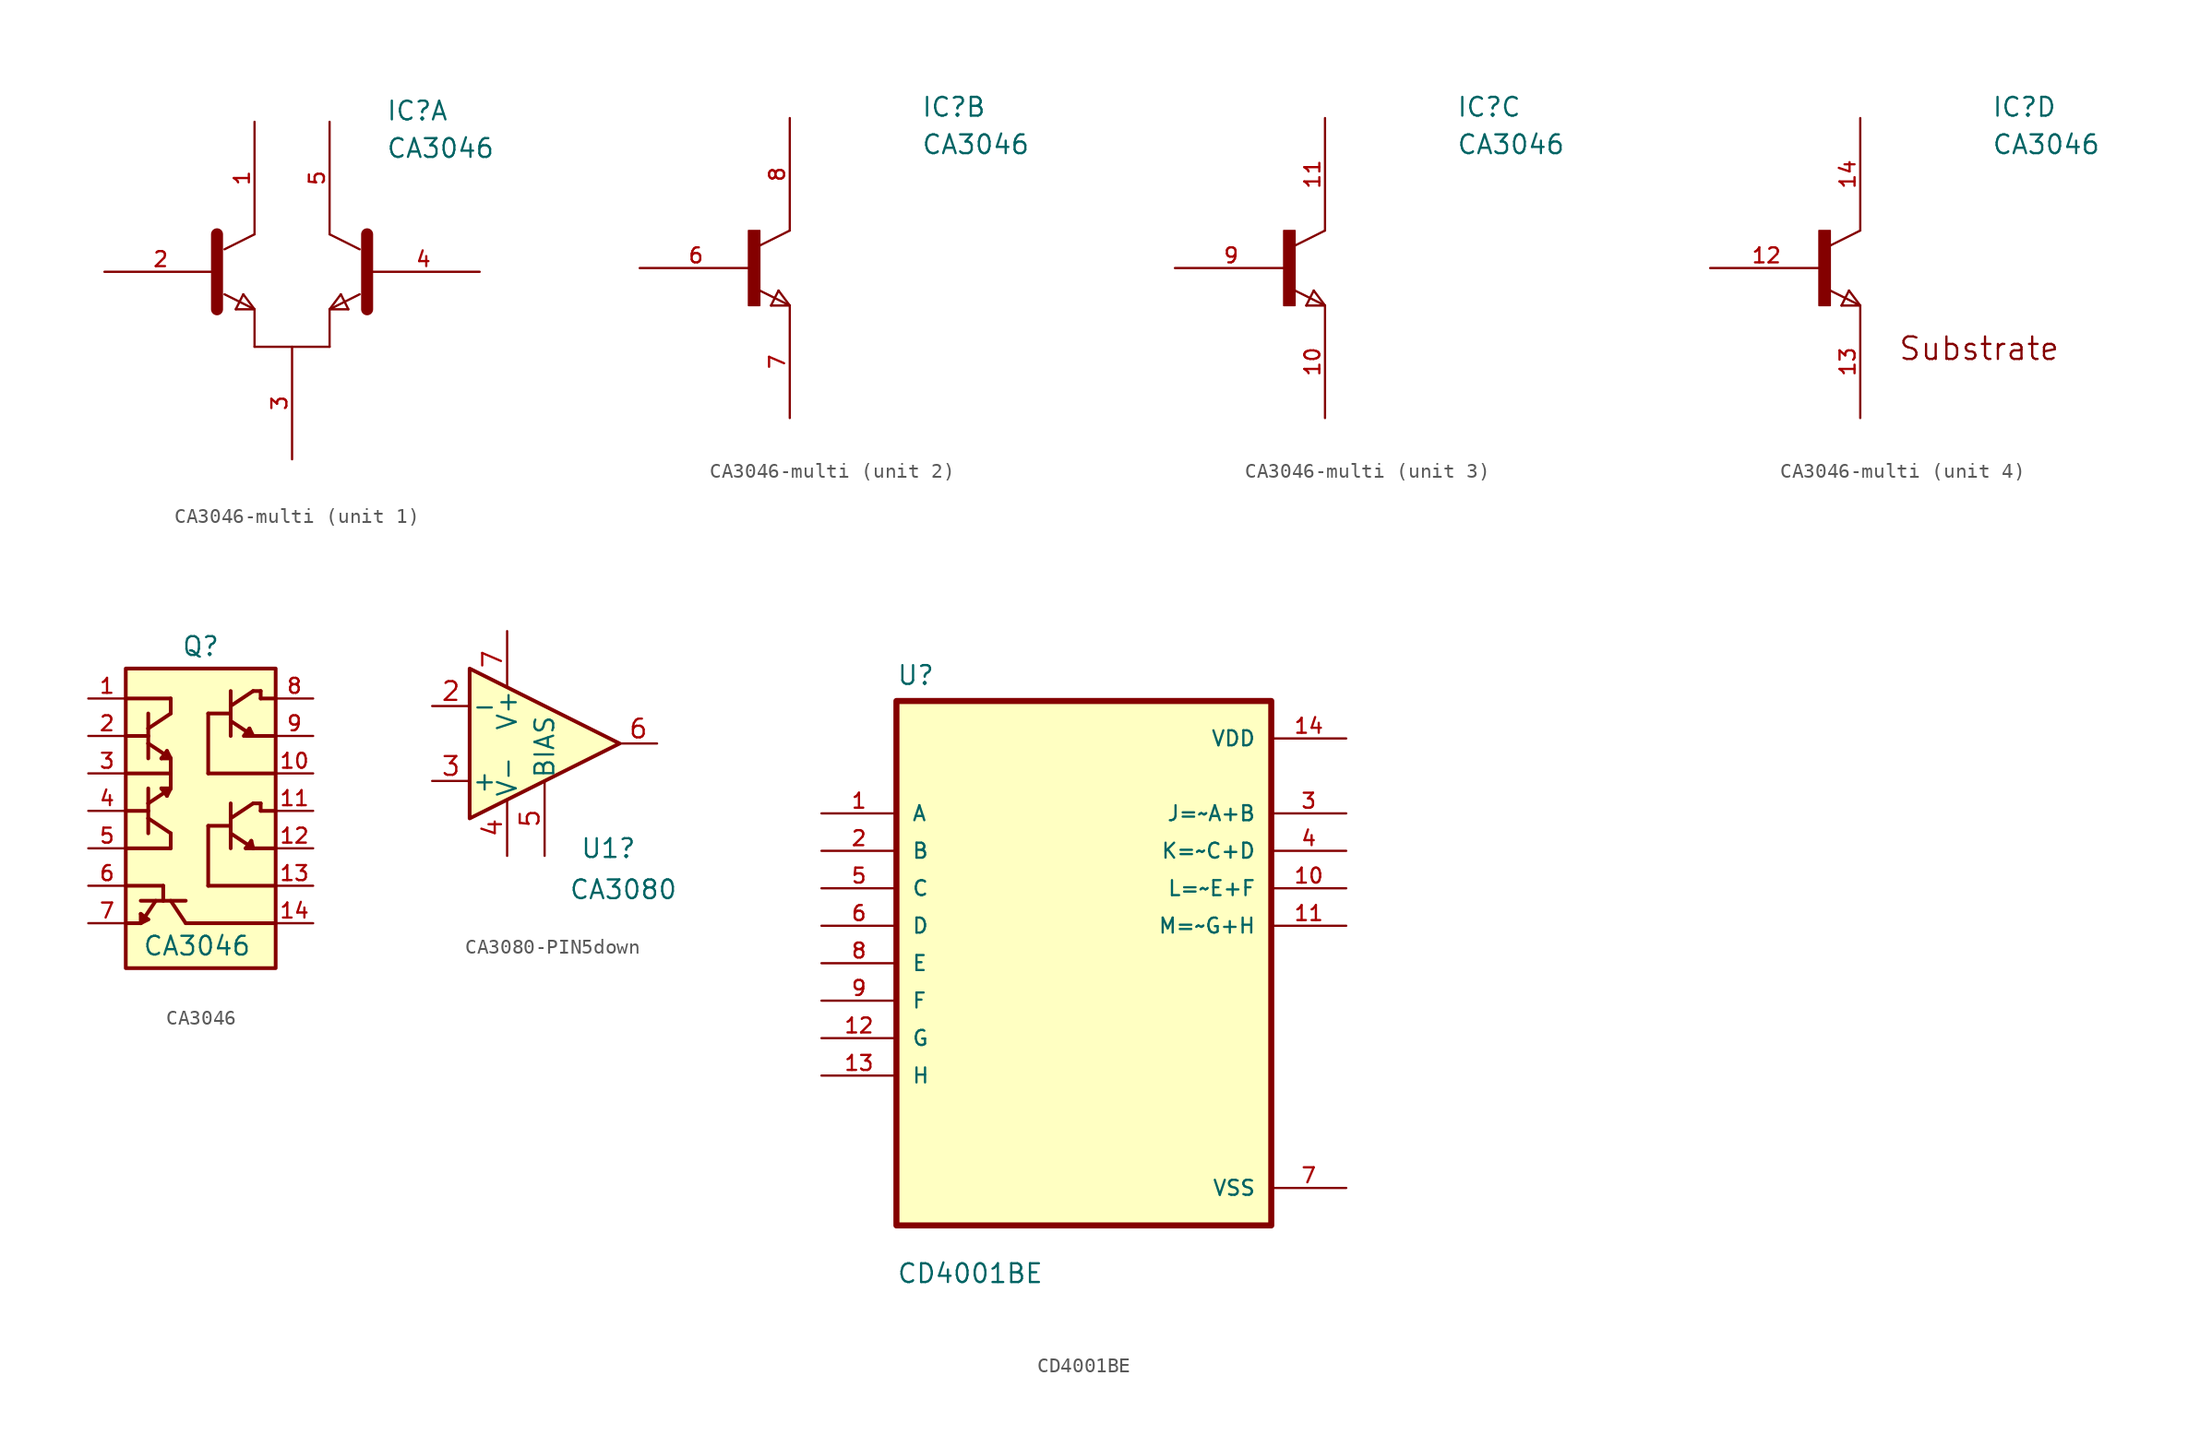
<source format=kicad_sym>
(kicad_symbol_lib
  (version 20241209)
  (generator "kicad_symbol_editor")
  (generator_version "9.0")
  (symbol "CA3046-multi"
    (pin_names
      (offset 1.016))
    (property "Reference" "IC"
      (at 11.43 10.16 0)
      (effects (font (size 1.27 1.27)) (justify left bottom)))
    (property "Value" "CA3046"
      (at 11.43 7.62 0)
      (effects (font (size 1.27 1.27)) (justify left bottom)))
    (symbol "CA3046-multi_1_0"
      (polyline (pts (xy 0 2.54) (xy 0 -2.54)) (stroke (width 0.813) (type default)) (fill (type none)))
      (polyline (pts (xy 1.27 -2.54) (xy 1.778 -1.524)) (stroke (width 0.152) (type default)) (fill (type none)))
      (polyline (pts (xy 1.778 -1.524) (xy 2.54 -2.54)) (stroke (width 0.152) (type default)) (fill (type none)))
      (polyline (pts (xy 2.54 2.54) (xy 0.508 1.524)) (stroke (width 0.152) (type default)) (fill (type none)))
      (polyline (pts (xy 2.54 -2.54) (xy 0.508 -1.524)) (stroke (width 0.152) (type default)) (fill (type none)))
      (polyline (pts (xy 2.54 -2.54) (xy 1.27 -2.54)) (stroke (width 0.152) (type default)) (fill (type none)))
      (polyline (pts (xy 2.54 -2.54) (xy 2.54 -5.08)) (stroke (width 0.152) (type default)) (fill (type none)))
      (polyline (pts (xy 2.54 -5.08) (xy 7.62 -5.08)) (stroke (width 0.152) (type default)) (fill (type none)))
      (polyline (pts (xy 7.62 -2.54) (xy 8.89 -2.54)) (stroke (width 0.152) (type default)) (fill (type none)))
      (polyline (pts (xy 7.62 -5.08) (xy 7.62 -2.54)) (stroke (width 0.152) (type default)) (fill (type none)))
      (polyline (pts (xy 8.382 -1.524) (xy 7.62 -2.54)) (stroke (width 0.152) (type default)) (fill (type none)))
      (polyline (pts (xy 8.89 -2.54) (xy 8.382 -1.524)) (stroke (width 0.152) (type default)) (fill (type none)))
      (polyline (pts (xy 9.652 1.524) (xy 7.62 2.54)) (stroke (width 0.152) (type default)) (fill (type none)))
      (polyline (pts (xy 9.652 -1.524) (xy 7.62 -2.54)) (stroke (width 0.152) (type default)) (fill (type none)))
      (polyline (pts (xy 10.16 2.54) (xy 10.16 -2.54)) (stroke (width 0.813) (type default)) (fill (type none)))
      (pin passive line (at -7.62 0 0) (length 7.62) (name "~" (effects (font (size 1.016 1.016)))) (number "2" (effects (font (size 1.016 1.016)))))
      (pin passive line (at 2.54 10.16 270) (length 7.62) (name "~" (effects (font (size 1.016 1.016)))) (number "1" (effects (font (size 1.016 1.016)))))
      (pin passive line (at 5.08 -12.7 90) (length 7.62) (name "~" (effects (font (size 1.016 1.016)))) (number "3" (effects (font (size 1.016 1.016)))))
      (pin passive line (at 7.62 10.16 270) (length 7.62) (name "~" (effects (font (size 1.016 1.016)))) (number "5" (effects (font (size 1.016 1.016)))))
      (pin passive line (at 17.78 0 180) (length 7.62) (name "~" (effects (font (size 1.016 1.016)))) (number "4" (effects (font (size 1.016 1.016))))))
    (symbol "CA3046-multi_2_0"
      (rectangle (start -0.254 -2.54) (end 0.508 2.54) (stroke (width 0.1) (type default)) (fill (type outline)))
      (polyline (pts (xy 0.508 1.524) (xy 2.54 2.54)) (stroke (width 0.152) (type default)) (fill (type none)))
      (polyline (pts (xy 0.508 -1.524) (xy 2.54 -2.54)) (stroke (width 0.152) (type default)) (fill (type none)))
      (polyline (pts (xy 1.27 -2.54) (xy 1.778 -1.524)) (stroke (width 0.152) (type default)) (fill (type none)))
      (polyline (pts (xy 1.778 -1.524) (xy 2.54 -2.54)) (stroke (width 0.152) (type default)) (fill (type none)))
      (polyline (pts (xy 2.54 -2.54) (xy 1.27 -2.54)) (stroke (width 0.152) (type default)) (fill (type none)))
      (pin passive line (at -7.62 0 0) (length 7.62) (name "~" (effects (font (size 1.016 1.016)))) (number "6" (effects (font (size 1.016 1.016)))))
      (pin passive line (at 2.54 10.16 270) (length 7.62) (name "~" (effects (font (size 1.016 1.016)))) (number "8" (effects (font (size 1.016 1.016)))))
      (pin passive line (at 2.54 -10.16 90) (length 7.62) (name "~" (effects (font (size 1.016 1.016)))) (number "7" (effects (font (size 1.016 1.016))))))
    (symbol "CA3046-multi_3_0"
      (rectangle (start -0.254 -2.54) (end 0.508 2.54) (stroke (width 0.1) (type default)) (fill (type outline)))
      (polyline (pts (xy 0.508 1.524) (xy 2.54 2.54)) (stroke (width 0.152) (type default)) (fill (type none)))
      (polyline (pts (xy 0.508 -1.524) (xy 2.54 -2.54)) (stroke (width 0.152) (type default)) (fill (type none)))
      (polyline (pts (xy 1.27 -2.54) (xy 1.778 -1.524)) (stroke (width 0.152) (type default)) (fill (type none)))
      (polyline (pts (xy 1.778 -1.524) (xy 2.54 -2.54)) (stroke (width 0.152) (type default)) (fill (type none)))
      (polyline (pts (xy 2.54 -2.54) (xy 1.27 -2.54)) (stroke (width 0.152) (type default)) (fill (type none)))
      (pin passive line (at -7.62 0 0) (length 7.62) (name "~" (effects (font (size 1.016 1.016)))) (number "9" (effects (font (size 1.016 1.016)))))
      (pin passive line (at 2.54 10.16 270) (length 7.62) (name "~" (effects (font (size 1.016 1.016)))) (number "11" (effects (font (size 1.016 1.016)))))
      (pin passive line (at 2.54 -10.16 90) (length 7.62) (name "~" (effects (font (size 1.016 1.016)))) (number "10" (effects (font (size 1.016 1.016))))))
    (symbol "CA3046-multi_4_0"
      (rectangle (start -0.254 -2.54) (end 0.508 2.54) (stroke (width 0.1) (type default)) (fill (type outline)))
      (polyline (pts (xy 0.508 1.524) (xy 2.54 2.54)) (stroke (width 0.152) (type default)) (fill (type none)))
      (polyline (pts (xy 0.508 -1.524) (xy 2.54 -2.54)) (stroke (width 0.152) (type default)) (fill (type none)))
      (polyline (pts (xy 1.27 -2.54) (xy 1.778 -1.524)) (stroke (width 0.152) (type default)) (fill (type none)))
      (polyline (pts (xy 1.778 -1.524) (xy 2.54 -2.54)) (stroke (width 0.152) (type default)) (fill (type none)))
      (polyline (pts (xy 2.54 -2.54) (xy 1.27 -2.54)) (stroke (width 0.152) (type default)) (fill (type none)))
      (text "Substrate" (at 5.08 -6.35 0) (effects (font (size 1.524 1.524)) (justify left bottom)))
      (pin passive line (at -7.62 0 0) (length 7.62) (name "~" (effects (font (size 1.016 1.016)))) (number "12" (effects (font (size 1.016 1.016)))))
      (pin passive line (at 2.54 10.16 270) (length 7.62) (name "~" (effects (font (size 1.016 1.016)))) (number "14" (effects (font (size 1.016 1.016)))))
      (pin passive line (at 2.54 -10.16 90) (length 7.62) (name "~" (effects (font (size 1.016 1.016)))) (number "13" (effects (font (size 1.016 1.016)))))))
  (symbol "CA3046"
    (pin_names
      (offset 1.016))
    (property "Reference" "Q"
      (at 0 15.494 0)
      (effects (font (size 1.27 1.27)) (justify bottom)))
    (property "Value" "CA3046"
      (at -0.254 -4.826 0)
      (effects (font (size 1.27 1.27)) (justify bottom)))
    (symbol "CA3046_0_0"
      (rectangle (start -5.08 14.732) (end 5.08 -5.588) (stroke (width 0.254) (type default)) (fill (type background)))
      (polyline (pts (xy -5.08 10.16) (xy -3.556 10.16)) (stroke (width 0.254) (type default)) (fill (type none)))
      (polyline (pts (xy -5.08 5.08) (xy -3.556 5.08)) (stroke (width 0.254) (type default)) (fill (type none)))
      (polyline (pts (xy -5.08 0) (xy -2.54 0)) (stroke (width 0.254) (type default)) (fill (type none)))
      (polyline (pts (xy -4.064 -1.016) (xy -2.54 -1.016)) (stroke (width 0.254) (type default)) (fill (type none)))
      (polyline (pts (xy -4.064 -1.905) (xy -3.556 -2.286)) (stroke (width 0.254) (type default)) (fill (type none)))
      (polyline (pts (xy -4.064 -2.54) (xy -5.08 -2.54)) (stroke (width 0.254) (type default)) (fill (type none)))
      (polyline (pts (xy -4.064 -2.54) (xy -4.064 -1.905)) (stroke (width 0.254) (type default)) (fill (type none)))
      (polyline (pts (xy -4.064 -2.54) (xy -3.556 -2.286)) (stroke (width 0.254) (type default)) (fill (type none)))
      (polyline (pts (xy -3.556 10.668) (xy -3.556 11.684)) (stroke (width 0.254) (type default)) (fill (type none)))
      (polyline (pts (xy -3.556 10.668) (xy -2.032 11.684)) (stroke (width 0.254) (type default)) (fill (type none)))
      (polyline (pts (xy -3.556 10.16) (xy -3.556 10.668)) (stroke (width 0.254) (type default)) (fill (type none)))
      (polyline (pts (xy -3.556 10.16) (xy -3.556 9.652)) (stroke (width 0.254) (type default)) (fill (type none)))
      (polyline (pts (xy -3.556 9.652) (xy -3.556 8.636)) (stroke (width 0.254) (type default)) (fill (type none)))
      (polyline (pts (xy -3.556 9.652) (xy -2.032 8.636)) (stroke (width 0.254) (type default)) (fill (type none)))
      (polyline (pts (xy -3.556 6.604) (xy -3.556 5.588)) (stroke (width 0.254) (type default)) (fill (type none)))
      (polyline (pts (xy -3.556 5.588) (xy -3.556 5.08)) (stroke (width 0.254) (type default)) (fill (type none)))
      (polyline (pts (xy -3.556 5.08) (xy -3.556 4.572)) (stroke (width 0.254) (type default)) (fill (type none)))
      (polyline (pts (xy -3.556 4.572) (xy -3.556 3.556)) (stroke (width 0.254) (type default)) (fill (type none)))
      (polyline (pts (xy -3.556 4.572) (xy -2.032 3.556)) (stroke (width 0.254) (type default)) (fill (type none)))
      (polyline (pts (xy -3.048 -1.016) (xy -4.064 -2.54)) (stroke (width 0.254) (type default)) (fill (type none)))
      (polyline (pts (xy -2.667 6.604) (xy -2.286 6.096)) (stroke (width 0.254) (type default)) (fill (type none)))
      (polyline (pts (xy -2.54 0) (xy -2.54 -1.016)) (stroke (width 0.254) (type default)) (fill (type none)))
      (polyline (pts (xy -2.54 -1.016) (xy -1.016 -1.016)) (stroke (width 0.254) (type default)) (fill (type none)))
      (polyline (pts (xy -2.286 9.144) (xy -2.667 8.636)) (stroke (width 0.254) (type default)) (fill (type none)))
      (polyline (pts (xy -2.286 6.096) (xy -2.032 6.604)) (stroke (width 0.254) (type default)) (fill (type none)))
      (polyline (pts (xy -2.032 12.7) (xy -5.08 12.7)) (stroke (width 0.254) (type default)) (fill (type none)))
      (polyline (pts (xy -2.032 11.684) (xy -2.032 12.7)) (stroke (width 0.254) (type default)) (fill (type none)))
      (polyline (pts (xy -2.032 8.636) (xy -2.667 8.636)) (stroke (width 0.254) (type default)) (fill (type none)))
      (polyline (pts (xy -2.032 8.636) (xy -2.286 9.144)) (stroke (width 0.254) (type default)) (fill (type none)))
      (polyline (pts (xy -2.032 8.636) (xy -2.032 7.62)) (stroke (width 0.254) (type default)) (fill (type none)))
      (polyline (pts (xy -2.032 7.62) (xy -5.08 7.62)) (stroke (width 0.254) (type default)) (fill (type none)))
      (polyline (pts (xy -2.032 7.62) (xy -2.032 6.604)) (stroke (width 0.254) (type default)) (fill (type none)))
      (polyline (pts (xy -2.032 6.604) (xy -3.556 5.588)) (stroke (width 0.254) (type default)) (fill (type none)))
      (polyline (pts (xy -2.032 6.604) (xy -2.667 6.604)) (stroke (width 0.254) (type default)) (fill (type none)))
      (polyline (pts (xy -2.032 3.556) (xy -2.032 2.54)) (stroke (width 0.254) (type default)) (fill (type none)))
      (polyline (pts (xy -2.032 2.54) (xy -5.08 2.54)) (stroke (width 0.254) (type default)) (fill (type none)))
      (polyline (pts (xy -2.032 -1.016) (xy -1.016 -2.54)) (stroke (width 0.254) (type default)) (fill (type none)))
      (polyline (pts (xy 0.508 11.684) (xy 0.508 7.62)) (stroke (width 0.254) (type default)) (fill (type none)))
      (polyline (pts (xy 0.508 7.62) (xy 5.08 7.62)) (stroke (width 0.254) (type default)) (fill (type none)))
      (polyline (pts (xy 0.508 4.064) (xy 0.508 0)) (stroke (width 0.254) (type default)) (fill (type none)))
      (polyline (pts (xy 0.508 0) (xy 5.08 0)) (stroke (width 0.254) (type default)) (fill (type none)))
      (polyline (pts (xy 2.032 12.192) (xy 3.556 13.208)) (stroke (width 0.254) (type default)) (fill (type none)))
      (polyline (pts (xy 2.032 11.684) (xy 0.508 11.684)) (stroke (width 0.254) (type default)) (fill (type none)))
      (polyline (pts (xy 2.032 11.684) (xy 2.032 13.208)) (stroke (width 0.254) (type default)) (fill (type none)))
      (polyline (pts (xy 2.032 10.16) (xy 2.032 11.684)) (stroke (width 0.254) (type default)) (fill (type none)))
      (polyline (pts (xy 2.032 4.064) (xy 0.508 4.064)) (stroke (width 0.254) (type default)) (fill (type none)))
      (polyline (pts (xy 2.032 4.064) (xy 2.032 5.588)) (stroke (width 0.254) (type default)) (fill (type none)))
      (polyline (pts (xy 2.032 2.54) (xy 2.032 4.064)) (stroke (width 0.254) (type default)) (fill (type none)))
      (polyline (pts (xy 3.048 2.54) (xy 3.429 3.048)) (stroke (width 0.254) (type default)) (fill (type none)))
      (polyline (pts (xy 3.302 10.668) (xy 2.921 10.16)) (stroke (width 0.254) (type default)) (fill (type none)))
      (polyline (pts (xy 3.556 10.16) (xy 2.032 11.176)) (stroke (width 0.254) (type default)) (fill (type none)))
      (polyline (pts (xy 3.556 10.16) (xy 3.048 10.16)) (stroke (width 0.254) (type default)) (fill (type none)))
      (polyline (pts (xy 3.556 10.16) (xy 3.302 10.668)) (stroke (width 0.254) (type default)) (fill (type none)))
      (polyline (pts (xy 3.556 10.16) (xy 5.08 10.16)) (stroke (width 0.254) (type default)) (fill (type none)))
      (polyline (pts (xy 3.556 5.588) (xy 2.032 4.572)) (stroke (width 0.254) (type default)) (fill (type none)))
      (polyline (pts (xy 3.556 2.54) (xy 2.032 3.556)) (stroke (width 0.254) (type default)) (fill (type none)))
      (polyline (pts (xy 3.556 2.54) (xy 3.048 2.54)) (stroke (width 0.254) (type default)) (fill (type none)))
      (polyline (pts (xy 3.556 2.54) (xy 3.429 3.048)) (stroke (width 0.254) (type default)) (fill (type none)))
      (polyline (pts (xy 4.064 13.208) (xy 3.556 13.208)) (stroke (width 0.254) (type default)) (fill (type none)))
      (polyline (pts (xy 4.064 12.7) (xy 4.064 13.208)) (stroke (width 0.254) (type default)) (fill (type none)))
      (polyline (pts (xy 4.064 5.588) (xy 3.556 5.588)) (stroke (width 0.254) (type default)) (fill (type none)))
      (polyline (pts (xy 4.064 5.08) (xy 4.064 5.588)) (stroke (width 0.254) (type default)) (fill (type none)))
      (polyline (pts (xy 5.08 12.7) (xy 4.064 12.7)) (stroke (width 0.254) (type default)) (fill (type none)))
      (polyline (pts (xy 5.08 5.08) (xy 4.064 5.08)) (stroke (width 0.254) (type default)) (fill (type none)))
      (polyline (pts (xy 5.08 2.54) (xy 3.556 2.54)) (stroke (width 0.254) (type default)) (fill (type none)))
      (polyline (pts (xy 5.08 -2.54) (xy -1.016 -2.54)) (stroke (width 0.254) (type default)) (fill (type none)))
      (pin bidirectional line (at -7.62 12.7 0) (length 2.54) (name "~" (effects (font (size 1.016 1.016)))) (number "1" (effects (font (size 1.016 1.016)))))
      (pin bidirectional line (at -7.62 10.16 0) (length 2.54) (name "~" (effects (font (size 1.016 1.016)))) (number "2" (effects (font (size 1.016 1.016)))))
      (pin bidirectional line (at -7.62 7.62 0) (length 2.54) (name "~" (effects (font (size 1.016 1.016)))) (number "3" (effects (font (size 1.016 1.016)))))
      (pin bidirectional line (at -7.62 5.08 0) (length 2.54) (name "~" (effects (font (size 1.016 1.016)))) (number "4" (effects (font (size 1.016 1.016)))))
      (pin bidirectional line (at -7.62 2.54 0) (length 2.54) (name "~" (effects (font (size 1.016 1.016)))) (number "5" (effects (font (size 1.016 1.016)))))
      (pin bidirectional line (at -7.62 0 0) (length 2.54) (name "~" (effects (font (size 1.016 1.016)))) (number "6" (effects (font (size 1.016 1.016)))))
      (pin bidirectional line (at -7.62 -2.54 0) (length 2.54) (name "~" (effects (font (size 1.016 1.016)))) (number "7" (effects (font (size 1.016 1.016)))))
      (pin bidirectional line (at 7.62 12.7 180) (length 2.54) (name "~" (effects (font (size 1.016 1.016)))) (number "8" (effects (font (size 1.016 1.016)))))
      (pin bidirectional line (at 7.62 10.16 180) (length 2.54) (name "~" (effects (font (size 1.016 1.016)))) (number "9" (effects (font (size 1.016 1.016)))))
      (pin bidirectional line (at 7.62 7.62 180) (length 2.54) (name "~" (effects (font (size 1.016 1.016)))) (number "10" (effects (font (size 1.016 1.016)))))
      (pin bidirectional line (at 7.62 5.08 180) (length 2.54) (name "~" (effects (font (size 1.016 1.016)))) (number "11" (effects (font (size 1.016 1.016)))))
      (pin bidirectional line (at 7.62 2.54 180) (length 2.54) (name "~" (effects (font (size 1.016 1.016)))) (number "12" (effects (font (size 1.016 1.016)))))
      (pin bidirectional line (at 7.62 0 180) (length 2.54) (name "~" (effects (font (size 1.016 1.016)))) (number "13" (effects (font (size 1.016 1.016)))))
      (pin bidirectional line (at 7.62 -2.54 180) (length 2.54) (name "~" (effects (font (size 1.016 1.016)))) (number "14" (effects (font (size 1.016 1.016)))))))
  (symbol "CA3080-PIN5down"
    (pin_names
      (offset 0.127))
    (property "Reference" "U1"
      (at 4.318 -7.112 0)
      (effects (font (size 1.27 1.27))))
    (property "Value" "CA3080"
      (at 5.334 -9.906 0)
      (effects (font (size 1.27 1.27))))
    (symbol "CA3080-PIN5down_0_1"
      (polyline (pts (xy 5.08 0) (xy -5.08 -5.08) (xy -5.08 5.08) (xy 5.08 0)) (stroke (width 0.254) (type default)) (fill (type background))))
    (symbol "CA3080-PIN5down_1_1"
      (pin input line (at -7.62 2.54 0) (length 2.54) (name "-" (effects (font (size 1.27 1.27)))) (number "2" (effects (font (size 1.27 1.27)))))
      (pin input line (at -7.62 -2.54 0) (length 2.54) (name "+" (effects (font (size 1.27 1.27)))) (number "3" (effects (font (size 1.27 1.27)))))
      (pin power_in line (at -2.54 7.62 270) (length 3.81) (name "V+" (effects (font (size 1.27 1.27)))) (number "7" (effects (font (size 1.27 1.27)))))
      (pin power_in line (at -2.54 -7.62 90) (length 3.81) (name "V-" (effects (font (size 1.27 1.27)))) (number "4" (effects (font (size 1.27 1.27)))))
      (pin passive line (at 0 -7.62 90) (length 5.08) (name "BIAS" (effects (font (size 1.27 1.27)))) (number "5" (effects (font (size 1.27 1.27)))))
      (pin no_connect line (at 3.81 -2.54 0) (length 2.54) (hide yes) (name "NC" (effects (font (size 1.27 1.27)))) (number "1" (effects (font (size 1.27 1.27)))))
      (pin no_connect line (at 3.81 -3.81 0) (length 2.54) (hide yes) (name "NC" (effects (font (size 1.27 1.27)))) (number "8" (effects (font (size 1.27 1.27)))))
      (pin output line (at 7.62 0 180) (length 2.54) (name "~" (effects (font (size 1.27 1.27)))) (number "6" (effects (font (size 1.27 1.27)))))))
  (symbol "CD4001BE"
    (pin_names
      (offset 1.016))
    (property "Reference" "U"
      (at -12.7 18.78 0)
      (effects (font (size 1.27 1.27)) (justify left bottom)))
    (property "Value" "CD4001BE"
      (at -12.7 -21.78 0)
      (effects (font (size 1.27 1.27)) (justify left bottom)))
    (symbol "CD4001BE_0_0"
      (rectangle (start -12.7 -17.78) (end 12.7 17.78) (stroke (width 0.41) (type default)) (fill (type background)))
      (pin input line (at -17.78 10.16 0) (length 5.08) (name "A" (effects (font (size 1.016 1.016)))) (number "1" (effects (font (size 1.016 1.016)))))
      (pin input line (at -17.78 7.62 0) (length 5.08) (name "B" (effects (font (size 1.016 1.016)))) (number "2" (effects (font (size 1.016 1.016)))))
      (pin input line (at -17.78 5.08 0) (length 5.08) (name "C" (effects (font (size 1.016 1.016)))) (number "5" (effects (font (size 1.016 1.016)))))
      (pin input line (at -17.78 2.54 0) (length 5.08) (name "D" (effects (font (size 1.016 1.016)))) (number "6" (effects (font (size 1.016 1.016)))))
      (pin input line (at -17.78 0 0) (length 5.08) (name "E" (effects (font (size 1.016 1.016)))) (number "8" (effects (font (size 1.016 1.016)))))
      (pin input line (at -17.78 -2.54 0) (length 5.08) (name "F" (effects (font (size 1.016 1.016)))) (number "9" (effects (font (size 1.016 1.016)))))
      (pin input line (at -17.78 -5.08 0) (length 5.08) (name "G" (effects (font (size 1.016 1.016)))) (number "12" (effects (font (size 1.016 1.016)))))
      (pin input line (at -17.78 -7.62 0) (length 5.08) (name "H" (effects (font (size 1.016 1.016)))) (number "13" (effects (font (size 1.016 1.016)))))
      (pin power_in line (at 17.78 15.24 180) (length 5.08) (name "VDD" (effects (font (size 1.016 1.016)))) (number "14" (effects (font (size 1.016 1.016)))))
      (pin output line (at 17.78 10.16 180) (length 5.08) (name "J=~A+B" (effects (font (size 1.016 1.016)))) (number "3" (effects (font (size 1.016 1.016)))))
      (pin output line (at 17.78 7.62 180) (length 5.08) (name "K=~C+D" (effects (font (size 1.016 1.016)))) (number "4" (effects (font (size 1.016 1.016)))))
      (pin output line (at 17.78 5.08 180) (length 5.08) (name "L=~E+F" (effects (font (size 1.016 1.016)))) (number "10" (effects (font (size 1.016 1.016)))))
      (pin output line (at 17.78 2.54 180) (length 5.08) (name "M=~G+H" (effects (font (size 1.016 1.016)))) (number "11" (effects (font (size 1.016 1.016)))))
      (pin power_in line (at 17.78 -15.24 180) (length 5.08) (name "VSS" (effects (font (size 1.016 1.016)))) (number "7" (effects (font (size 1.016 1.016))))))))
</source>
